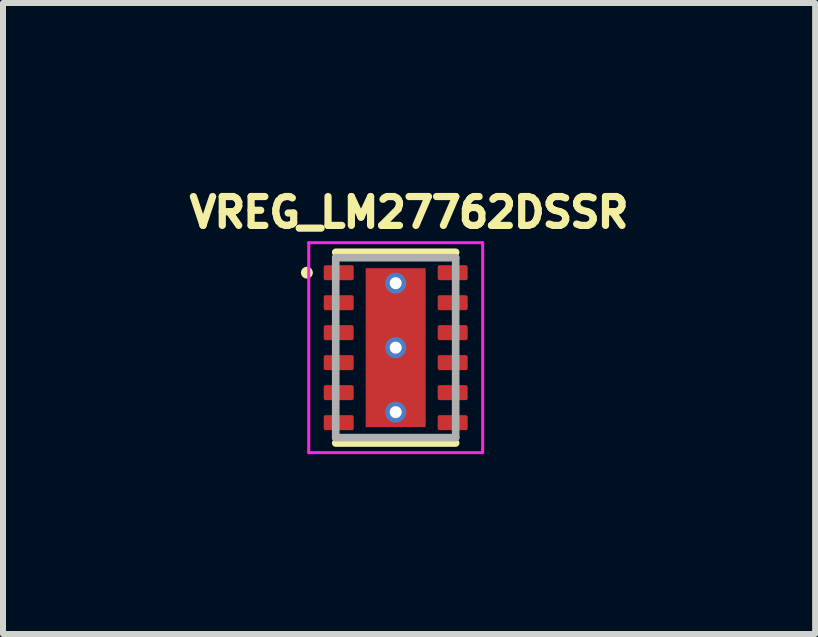
<source format=kicad_pcb>
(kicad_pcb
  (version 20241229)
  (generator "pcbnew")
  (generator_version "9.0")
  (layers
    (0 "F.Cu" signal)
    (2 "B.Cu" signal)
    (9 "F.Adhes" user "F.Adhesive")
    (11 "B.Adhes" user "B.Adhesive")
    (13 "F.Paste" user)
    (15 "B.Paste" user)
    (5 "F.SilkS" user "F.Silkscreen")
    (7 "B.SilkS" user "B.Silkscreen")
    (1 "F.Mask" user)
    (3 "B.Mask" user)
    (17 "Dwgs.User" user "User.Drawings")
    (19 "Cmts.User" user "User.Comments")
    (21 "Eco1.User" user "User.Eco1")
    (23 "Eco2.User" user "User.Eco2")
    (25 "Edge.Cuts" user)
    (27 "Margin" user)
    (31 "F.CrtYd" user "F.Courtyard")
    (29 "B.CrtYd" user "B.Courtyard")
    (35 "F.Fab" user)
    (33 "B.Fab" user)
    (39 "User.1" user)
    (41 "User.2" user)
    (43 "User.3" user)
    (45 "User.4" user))
  (footprint "VREG_LM27762DSSR"
    (layer "F.Cu")
    (at 3.548 2.747)
    (property "Reference" "VREG_LM27762DSSR" (at 0.223 -2.255 0) (layer "F.SilkS") (effects (font (size 0.481 0.481) (thickness 0.15))))
    (attr smd)
    (fp_line (start -1 -1.59) (end 1 -1.59) (stroke (width 0.127) (type solid)) (layer "F.SilkS"))
    (fp_line (start -1 1.59) (end 1 1.59) (stroke (width 0.127) (type solid)) (layer "F.SilkS"))
    (fp_circle (center -1.481 -1.25) (end -1.431 -1.25) (stroke (width 0.1) (type solid)) (fill no) (layer "F.SilkS"))
    (fp_poly (pts (xy -0.475 0.1) (xy 0.475 0.1) (xy 0.475 1.271) (xy -0.475 1.271)) (stroke (width 0.01) (type solid)) (fill yes) (layer "F.Paste"))
    (fp_poly (pts (xy -0.475 -1.27) (xy 0.475 -1.27) (xy 0.475 -0.1) (xy -0.475 -0.1)) (stroke (width 0.01) (type solid)) (fill yes) (layer "F.Paste"))
    (fp_line (start -1.45 -1.75) (end -1.45 1.75) (stroke (width 0.05) (type solid)) (layer "F.CrtYd"))
    (fp_line (start -1.45 -1.75) (end 1.45 -1.75) (stroke (width 0.05) (type solid)) (layer "F.CrtYd"))
    (fp_line (start -1.45 1.75) (end 1.45 1.75) (stroke (width 0.05) (type solid)) (layer "F.CrtYd"))
    (fp_line (start 1.45 -1.75) (end 1.45 1.75) (stroke (width 0.05) (type solid)) (layer "F.CrtYd"))
    (fp_line (start -1 -1.5) (end -1 1.5) (stroke (width 0.127) (type solid)) (layer "F.Fab"))
    (fp_line (start -1 -1.5) (end 1 -1.5) (stroke (width 0.127) (type solid)) (layer "F.Fab"))
    (fp_line (start -1 1.5) (end 1 1.5) (stroke (width 0.127) (type solid)) (layer "F.Fab"))
    (fp_line (start 1 -1.5) (end 1 1.5) (stroke (width 0.127) (type solid)) (layer "F.Fab"))
    (pad "1" smd roundrect (at -0.95 -1.25) (size 0.5 0.25) (layers "F.Cu" "F.Mask" "F.Paste") (roundrect_rratio 0.125))
    (pad "2" smd roundrect (at -0.95 -0.75) (size 0.5 0.25) (layers "F.Cu" "F.Mask" "F.Paste") (roundrect_rratio 0.125))
    (pad "3" smd roundrect (at -0.95 -0.25) (size 0.5 0.25) (layers "F.Cu" "F.Mask" "F.Paste") (roundrect_rratio 0.125))
    (pad "4" smd roundrect (at -0.95 0.25) (size 0.5 0.25) (layers "F.Cu" "F.Mask" "F.Paste") (roundrect_rratio 0.125))
    (pad "5" smd roundrect (at -0.95 0.75) (size 0.5 0.25) (layers "F.Cu" "F.Mask" "F.Paste") (roundrect_rratio 0.125))
    (pad "6" smd roundrect (at -0.95 1.25) (size 0.5 0.25) (layers "F.Cu" "F.Mask" "F.Paste") (roundrect_rratio 0.125))
    (pad "7" smd roundrect (at 0.95 1.25) (size 0.5 0.25) (layers "F.Cu" "F.Mask" "F.Paste") (roundrect_rratio 0.125))
    (pad "8" smd roundrect (at 0.95 0.75) (size 0.5 0.25) (layers "F.Cu" "F.Mask" "F.Paste") (roundrect_rratio 0.125))
    (pad "9" smd roundrect (at 0.95 0.25) (size 0.5 0.25) (layers "F.Cu" "F.Mask" "F.Paste") (roundrect_rratio 0.125))
    (pad "10" smd roundrect (at 0.95 -0.25) (size 0.5 0.25) (layers "F.Cu" "F.Mask" "F.Paste") (roundrect_rratio 0.125))
    (pad "11" smd roundrect (at 0.95 -0.75) (size 0.5 0.25) (layers "F.Cu" "F.Mask" "F.Paste") (roundrect_rratio 0.125))
    (pad "12" smd roundrect (at 0.95 -1.25) (size 0.5 0.25) (layers "F.Cu" "F.Mask" "F.Paste") (roundrect_rratio 0.125))
    (pad "13" smd rect (at 0 0) (size 1 2.65) (layers "F.Cu" "F.Mask"))
    (pad "13.1" thru_hole circle (at 0 -1.075) (size 0.35 0.35) (drill 0.2) (layers "*.Cu" "*.Mask"))
    (pad "13.2" thru_hole circle (at 0 0) (size 0.35 0.35) (drill 0.2) (layers "*.Cu" "*.Mask"))
    (pad "13.3" thru_hole circle (at 0 1.075) (size 0.35 0.35) (drill 0.2) (layers "*.Cu" "*.Mask")))
  (gr_rect
    (start -3 -3)
    (end 10.542 7.522)
    (stroke (width 0.1) (type default))
    (fill no)
    (layer "Edge.Cuts")))
</source>
